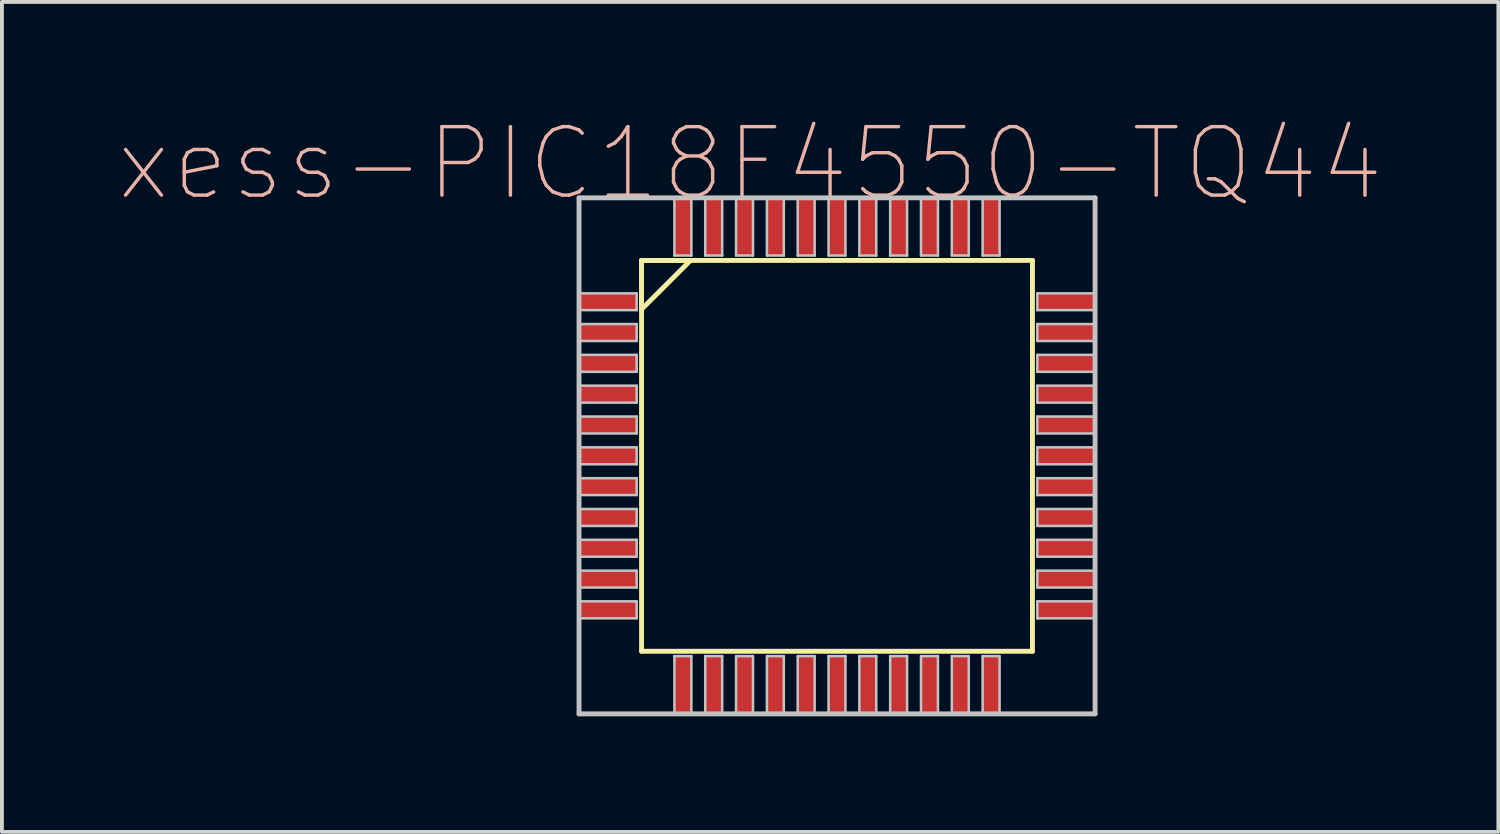
<source format=kicad_pcb>
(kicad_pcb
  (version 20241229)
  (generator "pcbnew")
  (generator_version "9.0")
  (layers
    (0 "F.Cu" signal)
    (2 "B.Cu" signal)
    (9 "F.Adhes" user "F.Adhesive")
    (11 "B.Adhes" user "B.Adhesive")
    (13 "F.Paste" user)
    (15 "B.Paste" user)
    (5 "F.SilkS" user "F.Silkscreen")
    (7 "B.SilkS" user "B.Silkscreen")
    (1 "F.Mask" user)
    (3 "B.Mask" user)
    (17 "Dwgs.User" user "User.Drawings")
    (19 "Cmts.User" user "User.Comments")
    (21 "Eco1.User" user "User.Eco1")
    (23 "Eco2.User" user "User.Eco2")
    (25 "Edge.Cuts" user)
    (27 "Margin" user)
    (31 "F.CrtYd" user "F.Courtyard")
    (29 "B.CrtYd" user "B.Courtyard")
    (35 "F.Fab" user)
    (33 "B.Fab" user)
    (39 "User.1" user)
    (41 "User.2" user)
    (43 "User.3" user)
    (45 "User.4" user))
  (footprint "xess-PIC18F4550-TQ44"
    (layer "F.Cu")
    (at 12.979 4.783)
    (property "Reference" "xess-PIC18F4550-TQ44" (at 3.444 -3.586 0) (layer "B.SilkS") (effects (font (size 1.778 1.778) (thickness 0.089))))
    (attr smd)
    (fp_line (start 0.625 -1.072) (end 0.625 0.196) (stroke (width 0.127) (type solid)) (layer "F.SilkS"))
    (fp_line (start 0.625 -1.072) (end 0.625 9.073) (stroke (width 0.127) (type solid)) (layer "F.SilkS"))
    (fp_line (start 0.625 0.196) (end 1.895 -1.072) (stroke (width 0.127) (type solid)) (layer "F.SilkS"))
    (fp_line (start 0.625 9.073) (end 10.772 9.073) (stroke (width 0.127) (type solid)) (layer "F.SilkS"))
    (fp_line (start 1.895 -1.072) (end 0.625 -1.072) (stroke (width 0.127) (type solid)) (layer "F.SilkS"))
    (fp_line (start 10.772 -1.072) (end 0.625 -1.072) (stroke (width 0.127) (type solid)) (layer "F.SilkS"))
    (fp_line (start 10.772 9.073) (end 10.772 -1.072) (stroke (width 0.127) (type solid)) (layer "F.SilkS"))
    (fp_line (start -0.998 -2.697) (end -0.998 10.698) (stroke (width 0.127) (type solid)) (layer "Dwgs.User"))
    (fp_line (start -0.998 -0.218) (end 0.498 -0.218) (stroke (width 0.066) (type solid)) (layer "Dwgs.User"))
    (fp_line (start -0.998 0.218) (end -0.998 -0.218) (stroke (width 0.066) (type solid)) (layer "Dwgs.User"))
    (fp_line (start -0.998 0.218) (end 0.498 0.218) (stroke (width 0.066) (type solid)) (layer "Dwgs.User"))
    (fp_line (start -0.998 0.579) (end 0.498 0.579) (stroke (width 0.066) (type solid)) (layer "Dwgs.User"))
    (fp_line (start -0.998 1.019) (end -0.998 0.579) (stroke (width 0.066) (type solid)) (layer "Dwgs.User"))
    (fp_line (start -0.998 1.019) (end 0.498 1.019) (stroke (width 0.066) (type solid)) (layer "Dwgs.User"))
    (fp_line (start -0.998 1.379) (end 0.498 1.379) (stroke (width 0.066) (type solid)) (layer "Dwgs.User"))
    (fp_line (start -0.998 1.819) (end -0.998 1.379) (stroke (width 0.066) (type solid)) (layer "Dwgs.User"))
    (fp_line (start -0.998 1.819) (end 0.498 1.819) (stroke (width 0.066) (type solid)) (layer "Dwgs.User"))
    (fp_line (start -0.998 2.179) (end 0.498 2.179) (stroke (width 0.066) (type solid)) (layer "Dwgs.User"))
    (fp_line (start -0.998 2.619) (end -0.998 2.179) (stroke (width 0.066) (type solid)) (layer "Dwgs.User"))
    (fp_line (start -0.998 2.619) (end 0.498 2.619) (stroke (width 0.066) (type solid)) (layer "Dwgs.User"))
    (fp_line (start -0.998 2.979) (end 0.498 2.979) (stroke (width 0.066) (type solid)) (layer "Dwgs.User"))
    (fp_line (start -0.998 3.419) (end -0.998 2.979) (stroke (width 0.066) (type solid)) (layer "Dwgs.User"))
    (fp_line (start -0.998 3.419) (end 0.498 3.419) (stroke (width 0.066) (type solid)) (layer "Dwgs.User"))
    (fp_line (start -0.998 3.78) (end 0.498 3.78) (stroke (width 0.066) (type solid)) (layer "Dwgs.User"))
    (fp_line (start -0.998 4.219) (end -0.998 3.78) (stroke (width 0.066) (type solid)) (layer "Dwgs.User"))
    (fp_line (start -0.998 4.219) (end 0.498 4.219) (stroke (width 0.066) (type solid)) (layer "Dwgs.User"))
    (fp_line (start -0.998 4.58) (end 0.498 4.58) (stroke (width 0.066) (type solid)) (layer "Dwgs.User"))
    (fp_line (start -0.998 5.019) (end -0.998 4.58) (stroke (width 0.066) (type solid)) (layer "Dwgs.User"))
    (fp_line (start -0.998 5.019) (end 0.498 5.019) (stroke (width 0.066) (type solid)) (layer "Dwgs.User"))
    (fp_line (start -0.998 5.38) (end 0.498 5.38) (stroke (width 0.066) (type solid)) (layer "Dwgs.User"))
    (fp_line (start -0.998 5.819) (end -0.998 5.38) (stroke (width 0.066) (type solid)) (layer "Dwgs.User"))
    (fp_line (start -0.998 5.819) (end 0.498 5.819) (stroke (width 0.066) (type solid)) (layer "Dwgs.User"))
    (fp_line (start -0.998 6.18) (end 0.498 6.18) (stroke (width 0.066) (type solid)) (layer "Dwgs.User"))
    (fp_line (start -0.998 6.619) (end -0.998 6.18) (stroke (width 0.066) (type solid)) (layer "Dwgs.User"))
    (fp_line (start -0.998 6.619) (end 0.498 6.619) (stroke (width 0.066) (type solid)) (layer "Dwgs.User"))
    (fp_line (start -0.998 6.98) (end 0.498 6.98) (stroke (width 0.066) (type solid)) (layer "Dwgs.User"))
    (fp_line (start -0.998 7.419) (end -0.998 6.98) (stroke (width 0.066) (type solid)) (layer "Dwgs.User"))
    (fp_line (start -0.998 7.419) (end 0.498 7.419) (stroke (width 0.066) (type solid)) (layer "Dwgs.User"))
    (fp_line (start -0.998 7.777) (end 0.498 7.777) (stroke (width 0.066) (type solid)) (layer "Dwgs.User"))
    (fp_line (start -0.998 8.219) (end -0.998 7.777) (stroke (width 0.066) (type solid)) (layer "Dwgs.User"))
    (fp_line (start -0.998 8.219) (end 0.498 8.219) (stroke (width 0.066) (type solid)) (layer "Dwgs.User"))
    (fp_line (start -0.998 10.698) (end 12.398 10.698) (stroke (width 0.127) (type solid)) (layer "Dwgs.User"))
    (fp_line (start 0.498 0.218) (end 0.498 -0.218) (stroke (width 0.066) (type solid)) (layer "Dwgs.User"))
    (fp_line (start 0.498 1.019) (end 0.498 0.579) (stroke (width 0.066) (type solid)) (layer "Dwgs.User"))
    (fp_line (start 0.498 1.819) (end 0.498 1.379) (stroke (width 0.066) (type solid)) (layer "Dwgs.User"))
    (fp_line (start 0.498 2.619) (end 0.498 2.179) (stroke (width 0.066) (type solid)) (layer "Dwgs.User"))
    (fp_line (start 0.498 3.419) (end 0.498 2.979) (stroke (width 0.066) (type solid)) (layer "Dwgs.User"))
    (fp_line (start 0.498 4.219) (end 0.498 3.78) (stroke (width 0.066) (type solid)) (layer "Dwgs.User"))
    (fp_line (start 0.498 5.019) (end 0.498 4.58) (stroke (width 0.066) (type solid)) (layer "Dwgs.User"))
    (fp_line (start 0.498 5.819) (end 0.498 5.38) (stroke (width 0.066) (type solid)) (layer "Dwgs.User"))
    (fp_line (start 0.498 6.619) (end 0.498 6.18) (stroke (width 0.066) (type solid)) (layer "Dwgs.User"))
    (fp_line (start 0.498 7.419) (end 0.498 6.98) (stroke (width 0.066) (type solid)) (layer "Dwgs.User"))
    (fp_line (start 0.498 8.219) (end 0.498 7.777) (stroke (width 0.066) (type solid)) (layer "Dwgs.User"))
    (fp_line (start 1.478 -2.697) (end 1.918 -2.697) (stroke (width 0.066) (type solid)) (layer "Dwgs.User"))
    (fp_line (start 1.478 -1.199) (end 1.478 -2.697) (stroke (width 0.066) (type solid)) (layer "Dwgs.User"))
    (fp_line (start 1.478 -1.199) (end 1.918 -1.199) (stroke (width 0.066) (type solid)) (layer "Dwgs.User"))
    (fp_line (start 1.478 9.2) (end 1.918 9.2) (stroke (width 0.066) (type solid)) (layer "Dwgs.User"))
    (fp_line (start 1.478 10.698) (end 1.478 9.2) (stroke (width 0.066) (type solid)) (layer "Dwgs.User"))
    (fp_line (start 1.478 10.698) (end 1.918 10.698) (stroke (width 0.066) (type solid)) (layer "Dwgs.User"))
    (fp_line (start 1.918 -1.199) (end 1.918 -2.697) (stroke (width 0.066) (type solid)) (layer "Dwgs.User"))
    (fp_line (start 1.918 10.698) (end 1.918 9.2) (stroke (width 0.066) (type solid)) (layer "Dwgs.User"))
    (fp_line (start 2.278 -2.697) (end 2.718 -2.697) (stroke (width 0.066) (type solid)) (layer "Dwgs.User"))
    (fp_line (start 2.278 -1.199) (end 2.278 -2.697) (stroke (width 0.066) (type solid)) (layer "Dwgs.User"))
    (fp_line (start 2.278 -1.199) (end 2.718 -1.199) (stroke (width 0.066) (type solid)) (layer "Dwgs.User"))
    (fp_line (start 2.278 9.2) (end 2.718 9.2) (stroke (width 0.066) (type solid)) (layer "Dwgs.User"))
    (fp_line (start 2.278 10.698) (end 2.278 9.2) (stroke (width 0.066) (type solid)) (layer "Dwgs.User"))
    (fp_line (start 2.278 10.698) (end 2.718 10.698) (stroke (width 0.066) (type solid)) (layer "Dwgs.User"))
    (fp_line (start 2.718 -1.199) (end 2.718 -2.697) (stroke (width 0.066) (type solid)) (layer "Dwgs.User"))
    (fp_line (start 2.718 10.698) (end 2.718 9.2) (stroke (width 0.066) (type solid)) (layer "Dwgs.User"))
    (fp_line (start 3.078 -2.697) (end 3.518 -2.697) (stroke (width 0.066) (type solid)) (layer "Dwgs.User"))
    (fp_line (start 3.078 -1.199) (end 3.078 -2.697) (stroke (width 0.066) (type solid)) (layer "Dwgs.User"))
    (fp_line (start 3.078 -1.199) (end 3.518 -1.199) (stroke (width 0.066) (type solid)) (layer "Dwgs.User"))
    (fp_line (start 3.078 9.2) (end 3.518 9.2) (stroke (width 0.066) (type solid)) (layer "Dwgs.User"))
    (fp_line (start 3.078 10.698) (end 3.078 9.2) (stroke (width 0.066) (type solid)) (layer "Dwgs.User"))
    (fp_line (start 3.078 10.698) (end 3.518 10.698) (stroke (width 0.066) (type solid)) (layer "Dwgs.User"))
    (fp_line (start 3.518 -1.199) (end 3.518 -2.697) (stroke (width 0.066) (type solid)) (layer "Dwgs.User"))
    (fp_line (start 3.518 10.698) (end 3.518 9.2) (stroke (width 0.066) (type solid)) (layer "Dwgs.User"))
    (fp_line (start 3.879 -2.697) (end 4.318 -2.697) (stroke (width 0.066) (type solid)) (layer "Dwgs.User"))
    (fp_line (start 3.879 -1.199) (end 3.879 -2.697) (stroke (width 0.066) (type solid)) (layer "Dwgs.User"))
    (fp_line (start 3.879 -1.199) (end 4.318 -1.199) (stroke (width 0.066) (type solid)) (layer "Dwgs.User"))
    (fp_line (start 3.879 9.2) (end 4.318 9.2) (stroke (width 0.066) (type solid)) (layer "Dwgs.User"))
    (fp_line (start 3.879 10.698) (end 3.879 9.2) (stroke (width 0.066) (type solid)) (layer "Dwgs.User"))
    (fp_line (start 3.879 10.698) (end 4.318 10.698) (stroke (width 0.066) (type solid)) (layer "Dwgs.User"))
    (fp_line (start 4.318 -1.199) (end 4.318 -2.697) (stroke (width 0.066) (type solid)) (layer "Dwgs.User"))
    (fp_line (start 4.318 10.698) (end 4.318 9.2) (stroke (width 0.066) (type solid)) (layer "Dwgs.User"))
    (fp_line (start 4.679 -2.697) (end 5.118 -2.697) (stroke (width 0.066) (type solid)) (layer "Dwgs.User"))
    (fp_line (start 4.679 -1.199) (end 4.679 -2.697) (stroke (width 0.066) (type solid)) (layer "Dwgs.User"))
    (fp_line (start 4.679 -1.199) (end 5.118 -1.199) (stroke (width 0.066) (type solid)) (layer "Dwgs.User"))
    (fp_line (start 4.679 9.2) (end 5.118 9.2) (stroke (width 0.066) (type solid)) (layer "Dwgs.User"))
    (fp_line (start 4.679 10.698) (end 4.679 9.2) (stroke (width 0.066) (type solid)) (layer "Dwgs.User"))
    (fp_line (start 4.679 10.698) (end 5.118 10.698) (stroke (width 0.066) (type solid)) (layer "Dwgs.User"))
    (fp_line (start 5.118 -1.199) (end 5.118 -2.697) (stroke (width 0.066) (type solid)) (layer "Dwgs.User"))
    (fp_line (start 5.118 10.698) (end 5.118 9.2) (stroke (width 0.066) (type solid)) (layer "Dwgs.User"))
    (fp_line (start 5.479 -2.697) (end 5.918 -2.697) (stroke (width 0.066) (type solid)) (layer "Dwgs.User"))
    (fp_line (start 5.479 -1.199) (end 5.479 -2.697) (stroke (width 0.066) (type solid)) (layer "Dwgs.User"))
    (fp_line (start 5.479 -1.199) (end 5.918 -1.199) (stroke (width 0.066) (type solid)) (layer "Dwgs.User"))
    (fp_line (start 5.479 9.2) (end 5.918 9.2) (stroke (width 0.066) (type solid)) (layer "Dwgs.User"))
    (fp_line (start 5.479 10.698) (end 5.479 9.2) (stroke (width 0.066) (type solid)) (layer "Dwgs.User"))
    (fp_line (start 5.479 10.698) (end 5.918 10.698) (stroke (width 0.066) (type solid)) (layer "Dwgs.User"))
    (fp_line (start 5.918 -1.199) (end 5.918 -2.697) (stroke (width 0.066) (type solid)) (layer "Dwgs.User"))
    (fp_line (start 5.918 10.698) (end 5.918 9.2) (stroke (width 0.066) (type solid)) (layer "Dwgs.User"))
    (fp_line (start 6.279 -2.697) (end 6.718 -2.697) (stroke (width 0.066) (type solid)) (layer "Dwgs.User"))
    (fp_line (start 6.279 -1.199) (end 6.279 -2.697) (stroke (width 0.066) (type solid)) (layer "Dwgs.User"))
    (fp_line (start 6.279 -1.199) (end 6.718 -1.199) (stroke (width 0.066) (type solid)) (layer "Dwgs.User"))
    (fp_line (start 6.279 9.2) (end 6.718 9.2) (stroke (width 0.066) (type solid)) (layer "Dwgs.User"))
    (fp_line (start 6.279 10.698) (end 6.279 9.2) (stroke (width 0.066) (type solid)) (layer "Dwgs.User"))
    (fp_line (start 6.279 10.698) (end 6.718 10.698) (stroke (width 0.066) (type solid)) (layer "Dwgs.User"))
    (fp_line (start 6.718 -1.199) (end 6.718 -2.697) (stroke (width 0.066) (type solid)) (layer "Dwgs.User"))
    (fp_line (start 6.718 10.698) (end 6.718 9.2) (stroke (width 0.066) (type solid)) (layer "Dwgs.User"))
    (fp_line (start 7.079 -2.697) (end 7.518 -2.697) (stroke (width 0.066) (type solid)) (layer "Dwgs.User"))
    (fp_line (start 7.079 -1.199) (end 7.079 -2.697) (stroke (width 0.066) (type solid)) (layer "Dwgs.User"))
    (fp_line (start 7.079 -1.199) (end 7.518 -1.199) (stroke (width 0.066) (type solid)) (layer "Dwgs.User"))
    (fp_line (start 7.079 9.2) (end 7.518 9.2) (stroke (width 0.066) (type solid)) (layer "Dwgs.User"))
    (fp_line (start 7.079 10.698) (end 7.079 9.2) (stroke (width 0.066) (type solid)) (layer "Dwgs.User"))
    (fp_line (start 7.079 10.698) (end 7.518 10.698) (stroke (width 0.066) (type solid)) (layer "Dwgs.User"))
    (fp_line (start 7.518 -1.199) (end 7.518 -2.697) (stroke (width 0.066) (type solid)) (layer "Dwgs.User"))
    (fp_line (start 7.518 10.698) (end 7.518 9.2) (stroke (width 0.066) (type solid)) (layer "Dwgs.User"))
    (fp_line (start 7.879 -2.697) (end 8.319 -2.697) (stroke (width 0.066) (type solid)) (layer "Dwgs.User"))
    (fp_line (start 7.879 -1.199) (end 7.879 -2.697) (stroke (width 0.066) (type solid)) (layer "Dwgs.User"))
    (fp_line (start 7.879 -1.199) (end 8.319 -1.199) (stroke (width 0.066) (type solid)) (layer "Dwgs.User"))
    (fp_line (start 7.879 9.2) (end 8.319 9.2) (stroke (width 0.066) (type solid)) (layer "Dwgs.User"))
    (fp_line (start 7.879 10.698) (end 7.879 9.2) (stroke (width 0.066) (type solid)) (layer "Dwgs.User"))
    (fp_line (start 7.879 10.698) (end 8.319 10.698) (stroke (width 0.066) (type solid)) (layer "Dwgs.User"))
    (fp_line (start 8.319 -1.199) (end 8.319 -2.697) (stroke (width 0.066) (type solid)) (layer "Dwgs.User"))
    (fp_line (start 8.319 10.698) (end 8.319 9.2) (stroke (width 0.066) (type solid)) (layer "Dwgs.User"))
    (fp_line (start 8.679 -2.697) (end 9.119 -2.697) (stroke (width 0.066) (type solid)) (layer "Dwgs.User"))
    (fp_line (start 8.679 -1.199) (end 8.679 -2.697) (stroke (width 0.066) (type solid)) (layer "Dwgs.User"))
    (fp_line (start 8.679 -1.199) (end 9.119 -1.199) (stroke (width 0.066) (type solid)) (layer "Dwgs.User"))
    (fp_line (start 8.679 9.2) (end 9.119 9.2) (stroke (width 0.066) (type solid)) (layer "Dwgs.User"))
    (fp_line (start 8.679 10.698) (end 8.679 9.2) (stroke (width 0.066) (type solid)) (layer "Dwgs.User"))
    (fp_line (start 8.679 10.698) (end 9.119 10.698) (stroke (width 0.066) (type solid)) (layer "Dwgs.User"))
    (fp_line (start 9.119 -1.199) (end 9.119 -2.697) (stroke (width 0.066) (type solid)) (layer "Dwgs.User"))
    (fp_line (start 9.119 10.698) (end 9.119 9.2) (stroke (width 0.066) (type solid)) (layer "Dwgs.User"))
    (fp_line (start 9.479 -2.697) (end 9.919 -2.697) (stroke (width 0.066) (type solid)) (layer "Dwgs.User"))
    (fp_line (start 9.479 -1.199) (end 9.479 -2.697) (stroke (width 0.066) (type solid)) (layer "Dwgs.User"))
    (fp_line (start 9.479 -1.199) (end 9.919 -1.199) (stroke (width 0.066) (type solid)) (layer "Dwgs.User"))
    (fp_line (start 9.479 9.2) (end 9.919 9.2) (stroke (width 0.066) (type solid)) (layer "Dwgs.User"))
    (fp_line (start 9.479 10.698) (end 9.479 9.2) (stroke (width 0.066) (type solid)) (layer "Dwgs.User"))
    (fp_line (start 9.479 10.698) (end 9.919 10.698) (stroke (width 0.066) (type solid)) (layer "Dwgs.User"))
    (fp_line (start 9.919 -1.199) (end 9.919 -2.697) (stroke (width 0.066) (type solid)) (layer "Dwgs.User"))
    (fp_line (start 9.919 10.698) (end 9.919 9.2) (stroke (width 0.066) (type solid)) (layer "Dwgs.User"))
    (fp_line (start 10.899 -0.218) (end 12.398 -0.218) (stroke (width 0.066) (type solid)) (layer "Dwgs.User"))
    (fp_line (start 10.899 0.218) (end 10.899 -0.218) (stroke (width 0.066) (type solid)) (layer "Dwgs.User"))
    (fp_line (start 10.899 0.218) (end 12.398 0.218) (stroke (width 0.066) (type solid)) (layer "Dwgs.User"))
    (fp_line (start 10.899 0.579) (end 12.398 0.579) (stroke (width 0.066) (type solid)) (layer "Dwgs.User"))
    (fp_line (start 10.899 1.019) (end 10.899 0.579) (stroke (width 0.066) (type solid)) (layer "Dwgs.User"))
    (fp_line (start 10.899 1.019) (end 12.398 1.019) (stroke (width 0.066) (type solid)) (layer "Dwgs.User"))
    (fp_line (start 10.899 1.379) (end 12.398 1.379) (stroke (width 0.066) (type solid)) (layer "Dwgs.User"))
    (fp_line (start 10.899 1.819) (end 10.899 1.379) (stroke (width 0.066) (type solid)) (layer "Dwgs.User"))
    (fp_line (start 10.899 1.819) (end 12.398 1.819) (stroke (width 0.066) (type solid)) (layer "Dwgs.User"))
    (fp_line (start 10.899 2.179) (end 12.398 2.179) (stroke (width 0.066) (type solid)) (layer "Dwgs.User"))
    (fp_line (start 10.899 2.619) (end 10.899 2.179) (stroke (width 0.066) (type solid)) (layer "Dwgs.User"))
    (fp_line (start 10.899 2.619) (end 12.398 2.619) (stroke (width 0.066) (type solid)) (layer "Dwgs.User"))
    (fp_line (start 10.899 2.979) (end 12.398 2.979) (stroke (width 0.066) (type solid)) (layer "Dwgs.User"))
    (fp_line (start 10.899 3.419) (end 10.899 2.979) (stroke (width 0.066) (type solid)) (layer "Dwgs.User"))
    (fp_line (start 10.899 3.419) (end 12.398 3.419) (stroke (width 0.066) (type solid)) (layer "Dwgs.User"))
    (fp_line (start 10.899 3.78) (end 12.398 3.78) (stroke (width 0.066) (type solid)) (layer "Dwgs.User"))
    (fp_line (start 10.899 4.219) (end 10.899 3.78) (stroke (width 0.066) (type solid)) (layer "Dwgs.User"))
    (fp_line (start 10.899 4.219) (end 12.398 4.219) (stroke (width 0.066) (type solid)) (layer "Dwgs.User"))
    (fp_line (start 10.899 4.58) (end 12.398 4.58) (stroke (width 0.066) (type solid)) (layer "Dwgs.User"))
    (fp_line (start 10.899 5.019) (end 10.899 4.58) (stroke (width 0.066) (type solid)) (layer "Dwgs.User"))
    (fp_line (start 10.899 5.019) (end 12.398 5.019) (stroke (width 0.066) (type solid)) (layer "Dwgs.User"))
    (fp_line (start 10.899 5.38) (end 12.398 5.38) (stroke (width 0.066) (type solid)) (layer "Dwgs.User"))
    (fp_line (start 10.899 5.819) (end 10.899 5.38) (stroke (width 0.066) (type solid)) (layer "Dwgs.User"))
    (fp_line (start 10.899 5.819) (end 12.398 5.819) (stroke (width 0.066) (type solid)) (layer "Dwgs.User"))
    (fp_line (start 10.899 6.18) (end 12.398 6.18) (stroke (width 0.066) (type solid)) (layer "Dwgs.User"))
    (fp_line (start 10.899 6.619) (end 10.899 6.18) (stroke (width 0.066) (type solid)) (layer "Dwgs.User"))
    (fp_line (start 10.899 6.619) (end 12.398 6.619) (stroke (width 0.066) (type solid)) (layer "Dwgs.User"))
    (fp_line (start 10.899 6.98) (end 12.398 6.98) (stroke (width 0.066) (type solid)) (layer "Dwgs.User"))
    (fp_line (start 10.899 7.419) (end 10.899 6.98) (stroke (width 0.066) (type solid)) (layer "Dwgs.User"))
    (fp_line (start 10.899 7.419) (end 12.398 7.419) (stroke (width 0.066) (type solid)) (layer "Dwgs.User"))
    (fp_line (start 10.899 7.777) (end 12.398 7.777) (stroke (width 0.066) (type solid)) (layer "Dwgs.User"))
    (fp_line (start 10.899 8.219) (end 10.899 7.777) (stroke (width 0.066) (type solid)) (layer "Dwgs.User"))
    (fp_line (start 10.899 8.219) (end 12.398 8.219) (stroke (width 0.066) (type solid)) (layer "Dwgs.User"))
    (fp_line (start 12.398 -2.697) (end -0.998 -2.697) (stroke (width 0.127) (type solid)) (layer "Dwgs.User"))
    (fp_line (start 12.398 0.218) (end 12.398 -0.218) (stroke (width 0.066) (type solid)) (layer "Dwgs.User"))
    (fp_line (start 12.398 1.019) (end 12.398 0.579) (stroke (width 0.066) (type solid)) (layer "Dwgs.User"))
    (fp_line (start 12.398 1.819) (end 12.398 1.379) (stroke (width 0.066) (type solid)) (layer "Dwgs.User"))
    (fp_line (start 12.398 2.619) (end 12.398 2.179) (stroke (width 0.066) (type solid)) (layer "Dwgs.User"))
    (fp_line (start 12.398 3.419) (end 12.398 2.979) (stroke (width 0.066) (type solid)) (layer "Dwgs.User"))
    (fp_line (start 12.398 4.219) (end 12.398 3.78) (stroke (width 0.066) (type solid)) (layer "Dwgs.User"))
    (fp_line (start 12.398 5.019) (end 12.398 4.58) (stroke (width 0.066) (type solid)) (layer "Dwgs.User"))
    (fp_line (start 12.398 5.819) (end 12.398 5.38) (stroke (width 0.066) (type solid)) (layer "Dwgs.User"))
    (fp_line (start 12.398 6.619) (end 12.398 6.18) (stroke (width 0.066) (type solid)) (layer "Dwgs.User"))
    (fp_line (start 12.398 7.419) (end 12.398 6.98) (stroke (width 0.066) (type solid)) (layer "Dwgs.User"))
    (fp_line (start 12.398 8.219) (end 12.398 7.777) (stroke (width 0.066) (type solid)) (layer "Dwgs.User"))
    (fp_line (start 12.398 10.698) (end 12.398 -2.697) (stroke (width 0.127) (type solid)) (layer "Dwgs.User"))
    (pad "1" smd rect (at -0.249 0) (size 1.499 0.439) (layers "F.Cu" "F.Mask" "F.Paste"))
    (pad "2" smd rect (at -0.249 0.798) (size 1.499 0.439) (layers "F.Cu" "F.Mask" "F.Paste"))
    (pad "3" smd rect (at -0.249 1.598) (size 1.499 0.439) (layers "F.Cu" "F.Mask" "F.Paste"))
    (pad "4" smd rect (at -0.249 2.398) (size 1.499 0.439) (layers "F.Cu" "F.Mask" "F.Paste"))
    (pad "5" smd rect (at -0.249 3.198) (size 1.499 0.439) (layers "F.Cu" "F.Mask" "F.Paste"))
    (pad "6" smd rect (at -0.249 3.998) (size 1.499 0.439) (layers "F.Cu" "F.Mask" "F.Paste"))
    (pad "7" smd rect (at -0.249 4.798) (size 1.499 0.439) (layers "F.Cu" "F.Mask" "F.Paste"))
    (pad "8" smd rect (at -0.249 5.598) (size 1.499 0.439) (layers "F.Cu" "F.Mask" "F.Paste"))
    (pad "9" smd rect (at -0.249 6.398) (size 1.499 0.439) (layers "F.Cu" "F.Mask" "F.Paste"))
    (pad "10" smd rect (at -0.249 7.198) (size 1.499 0.439) (layers "F.Cu" "F.Mask" "F.Paste"))
    (pad "11" smd rect (at -0.249 7.998) (size 1.499 0.439) (layers "F.Cu" "F.Mask" "F.Paste"))
    (pad "12" smd rect (at 1.699 9.949) (size 0.439 1.499) (layers "F.Cu" "F.Mask" "F.Paste"))
    (pad "13" smd rect (at 2.499 9.949) (size 0.439 1.499) (layers "F.Cu" "F.Mask" "F.Paste"))
    (pad "14" smd rect (at 3.299 9.949) (size 0.439 1.499) (layers "F.Cu" "F.Mask" "F.Paste"))
    (pad "15" smd rect (at 4.1 9.949) (size 0.439 1.499) (layers "F.Cu" "F.Mask" "F.Paste"))
    (pad "16" smd rect (at 4.9 9.949) (size 0.439 1.499) (layers "F.Cu" "F.Mask" "F.Paste"))
    (pad "17" smd rect (at 5.7 9.949) (size 0.439 1.499) (layers "F.Cu" "F.Mask" "F.Paste"))
    (pad "18" smd rect (at 6.5 9.949) (size 0.439 1.499) (layers "F.Cu" "F.Mask" "F.Paste"))
    (pad "19" smd rect (at 7.3 9.949) (size 0.439 1.499) (layers "F.Cu" "F.Mask" "F.Paste"))
    (pad "20" smd rect (at 8.098 9.949) (size 0.439 1.499) (layers "F.Cu" "F.Mask" "F.Paste"))
    (pad "21" smd rect (at 8.898 9.949) (size 0.439 1.499) (layers "F.Cu" "F.Mask" "F.Paste"))
    (pad "22" smd rect (at 9.698 9.949) (size 0.439 1.499) (layers "F.Cu" "F.Mask" "F.Paste"))
    (pad "23" smd rect (at 11.648 7.998) (size 1.499 0.439) (layers "F.Cu" "F.Mask" "F.Paste"))
    (pad "24" smd rect (at 11.648 7.198) (size 1.499 0.439) (layers "F.Cu" "F.Mask" "F.Paste"))
    (pad "25" smd rect (at 11.648 6.398) (size 1.499 0.439) (layers "F.Cu" "F.Mask" "F.Paste"))
    (pad "26" smd rect (at 11.648 5.598) (size 1.499 0.439) (layers "F.Cu" "F.Mask" "F.Paste"))
    (pad "27" smd rect (at 11.648 4.798) (size 1.499 0.439) (layers "F.Cu" "F.Mask" "F.Paste"))
    (pad "28" smd rect (at 11.648 3.998) (size 1.499 0.439) (layers "F.Cu" "F.Mask" "F.Paste"))
    (pad "29" smd rect (at 11.648 3.198) (size 1.499 0.439) (layers "F.Cu" "F.Mask" "F.Paste"))
    (pad "30" smd rect (at 11.648 2.398) (size 1.499 0.439) (layers "F.Cu" "F.Mask" "F.Paste"))
    (pad "31" smd rect (at 11.648 1.598) (size 1.499 0.439) (layers "F.Cu" "F.Mask" "F.Paste"))
    (pad "32" smd rect (at 11.648 0.798) (size 1.499 0.439) (layers "F.Cu" "F.Mask" "F.Paste"))
    (pad "33" smd rect (at 11.648 0) (size 1.499 0.439) (layers "F.Cu" "F.Mask" "F.Paste"))
    (pad "34" smd rect (at 9.698 -1.948) (size 0.439 1.499) (layers "F.Cu" "F.Mask" "F.Paste"))
    (pad "35" smd rect (at 8.898 -1.948) (size 0.439 1.499) (layers "F.Cu" "F.Mask" "F.Paste"))
    (pad "36" smd rect (at 8.098 -1.948) (size 0.439 1.499) (layers "F.Cu" "F.Mask" "F.Paste"))
    (pad "37" smd rect (at 7.3 -1.948) (size 0.439 1.499) (layers "F.Cu" "F.Mask" "F.Paste"))
    (pad "38" smd rect (at 6.5 -1.948) (size 0.439 1.499) (layers "F.Cu" "F.Mask" "F.Paste"))
    (pad "39" smd rect (at 5.7 -1.948) (size 0.439 1.499) (layers "F.Cu" "F.Mask" "F.Paste"))
    (pad "40" smd rect (at 4.9 -1.948) (size 0.439 1.499) (layers "F.Cu" "F.Mask" "F.Paste"))
    (pad "41" smd rect (at 4.1 -1.948) (size 0.439 1.499) (layers "F.Cu" "F.Mask" "F.Paste"))
    (pad "42" smd rect (at 3.299 -1.948) (size 0.439 1.499) (layers "F.Cu" "F.Mask" "F.Paste"))
    (pad "43" smd rect (at 2.499 -1.948) (size 0.439 1.499) (layers "F.Cu" "F.Mask" "F.Paste"))
    (pad "44" smd rect (at 1.699 -1.948) (size 0.439 1.499) (layers "F.Cu" "F.Mask" "F.Paste")))
  (gr_rect
    (start -3 -3)
    (end 35.846 18.545)
    (stroke (width 0.1) (type default))
    (fill no)
    (layer "Edge.Cuts")))
</source>
